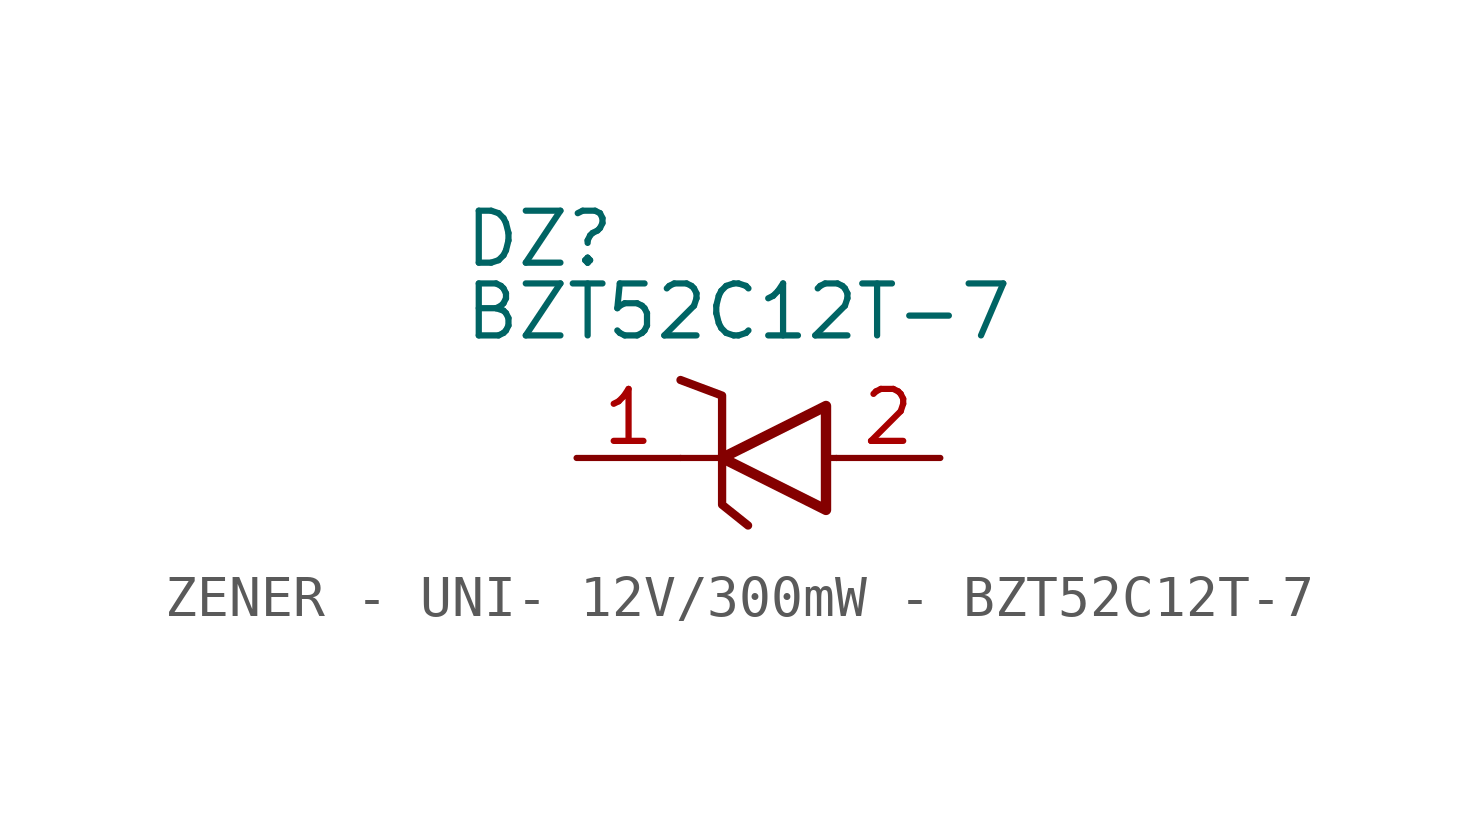
<source format=kicad_sym>
(kicad_symbol_lib
  (version 20241209)
  (generator "kicad_symbol_editor")
  (generator_version "9.0")
  (symbol "ZENER - UNI- 12V/300mW - BZT52C12T-7"
    (property "Reference" "DZ"
      (at -6.604 6.096 0)
      (effects (font (size 1.27 1.27)) (justify left top)))
    (property "Value" "BZT52C12T-7"
      (at -6.604 4.318 0)
      (effects (font (size 1.27 1.27)) (justify left top)))
    (symbol "ZENER - UNI- 12V/300mW - BZT52C12T-7_0_1"
      (polyline (pts (xy -1.27 1.905) (xy -0.254 1.524) (xy -0.254 -1.143) (xy 0.381 -1.651)) (stroke (width 0.203) (type default)) (fill (type none)))
      (polyline (pts (xy -1.27 0) (xy -0.254 0)) (stroke (width 0) (type default)) (fill (type none)))
      (polyline (pts (xy 2.286 -1.27) (xy 2.286 1.27) (xy -0.254 0) (xy 2.286 -1.27)) (stroke (width 0.254) (type default)) (fill (type none)))
      (polyline (pts (xy 2.54 0) (xy 2.286 0)) (stroke (width 0) (type default)) (fill (type none))))
    (symbol "ZENER - UNI- 12V/300mW - BZT52C12T-7_1_1"
      (pin passive line (at -3.81 0 0) (length 2.54) (name "" (effects (font (size 1.27 1.27)))) (number "1" (effects (font (size 1.27 1.27)))))
      (pin passive line (at 5.08 0 180) (length 2.54) (name "" (effects (font (size 1.27 1.27)))) (number "2" (effects (font (size 1.27 1.27))))))))
</source>
